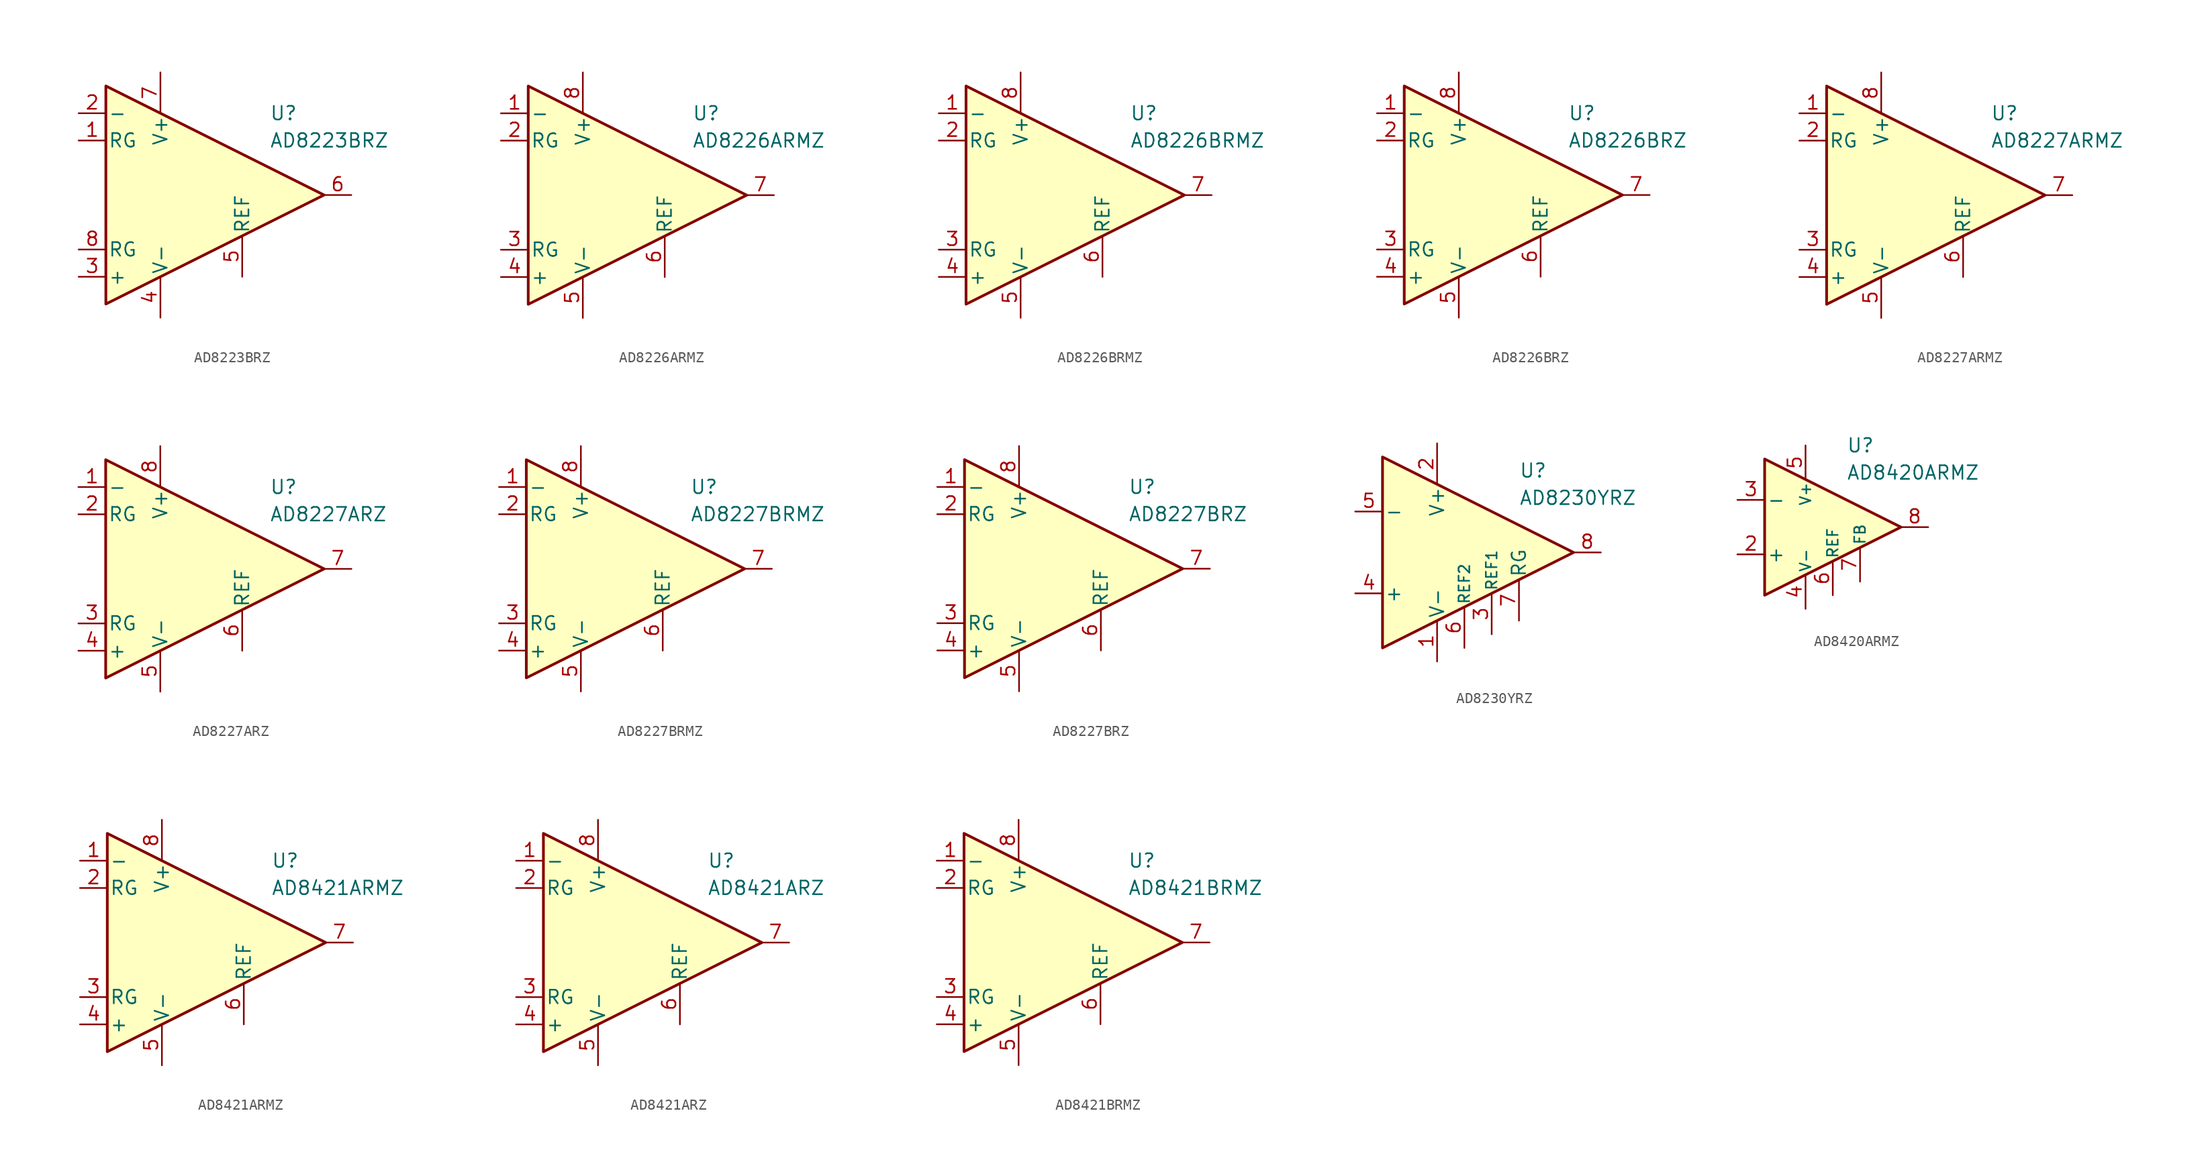
<source format=kicad_sym>
(kicad_symbol_lib
  (version 20211014)
  (generator kicad_symbol_editor)
  (symbol "AD8223BRZ"
    (pin_names
      (offset 0.2))
    (property "Reference" "U"
      (at 6.35 7.62 0)
      (effects (font (size 1.27 1.27)) (justify left)))
    (property "Value" "AD8223BRZ"
      (at 6.35 5.08 0)
      (effects (font (size 1.27 1.27)) (justify left)))
    (symbol "AD8223BRZ_0_1"
      (polyline (pts (xy -8.89 10.16) (xy -8.89 -10.16) (xy 11.43 0) (xy -8.89 10.16)) (stroke (width 0.254) (type default) (color 0 0 0 0)) (fill (type background))))
    (symbol "AD8223BRZ_1_1"
      (pin passive line (at -11.43 5.08 0) (length 2.54) (name "RG" (effects (font (size 1.27 1.27)))) (number "1" (effects (font (size 1.27 1.27)))))
      (pin input line (at -11.43 7.62 0) (length 2.54) (name "-" (effects (font (size 1.27 1.27)))) (number "2" (effects (font (size 1.27 1.27)))))
      (pin input line (at -11.43 -7.62 0) (length 2.54) (name "+" (effects (font (size 1.27 1.27)))) (number "3" (effects (font (size 1.27 1.27)))))
      (pin power_in line (at -3.81 -11.43 90) (length 3.81) (name "V-" (effects (font (size 1.27 1.27)))) (number "4" (effects (font (size 1.27 1.27)))))
      (pin input line (at 3.81 -7.62 90) (length 3.81) (name "REF" (effects (font (size 1.27 1.27)))) (number "5" (effects (font (size 1.27 1.27)))))
      (pin output line (at 13.97 0 180) (length 2.54) (name "~" (effects (font (size 1.27 1.27)))) (number "6" (effects (font (size 1.27 1.27)))))
      (pin power_in line (at -3.81 11.43 270) (length 3.81) (name "V+" (effects (font (size 1.27 1.27)))) (number "7" (effects (font (size 1.27 1.27)))))
      (pin passive line (at -11.43 -5.08 0) (length 2.54) (name "RG" (effects (font (size 1.27 1.27)))) (number "8" (effects (font (size 1.27 1.27)))))))
  (symbol "AD8226ARMZ"
    (pin_names
      (offset 0.2))
    (property "Reference" "U"
      (at 6.35 7.62 0)
      (effects (font (size 1.27 1.27)) (justify left)))
    (property "Value" "AD8226ARMZ"
      (at 6.35 5.08 0)
      (effects (font (size 1.27 1.27)) (justify left)))
    (symbol "AD8226ARMZ_0_1"
      (polyline (pts (xy -8.89 10.16) (xy -8.89 -10.16) (xy 11.43 0) (xy -8.89 10.16)) (stroke (width 0.254) (type default) (color 0 0 0 0)) (fill (type background))))
    (symbol "AD8226ARMZ_1_1"
      (pin input line (at -11.43 7.62 0) (length 2.54) (name "-" (effects (font (size 1.27 1.27)))) (number "1" (effects (font (size 1.27 1.27)))))
      (pin passive line (at -11.43 5.08 0) (length 2.54) (name "RG" (effects (font (size 1.27 1.27)))) (number "2" (effects (font (size 1.27 1.27)))))
      (pin passive line (at -11.43 -5.08 0) (length 2.54) (name "RG" (effects (font (size 1.27 1.27)))) (number "3" (effects (font (size 1.27 1.27)))))
      (pin input line (at -11.43 -7.62 0) (length 2.54) (name "+" (effects (font (size 1.27 1.27)))) (number "4" (effects (font (size 1.27 1.27)))))
      (pin power_in line (at -3.81 -11.43 90) (length 3.81) (name "V-" (effects (font (size 1.27 1.27)))) (number "5" (effects (font (size 1.27 1.27)))))
      (pin input line (at 3.81 -7.62 90) (length 3.81) (name "REF" (effects (font (size 1.27 1.27)))) (number "6" (effects (font (size 1.27 1.27)))))
      (pin output line (at 13.97 0 180) (length 2.54) (name "~" (effects (font (size 1.27 1.27)))) (number "7" (effects (font (size 1.27 1.27)))))
      (pin power_in line (at -3.81 11.43 270) (length 3.81) (name "V+" (effects (font (size 1.27 1.27)))) (number "8" (effects (font (size 1.27 1.27)))))))
  (symbol "AD8226BRMZ"
    (pin_names
      (offset 0.2))
    (property "Reference" "U"
      (at 6.35 7.62 0)
      (effects (font (size 1.27 1.27)) (justify left)))
    (property "Value" "AD8226BRMZ"
      (at 6.35 5.08 0)
      (effects (font (size 1.27 1.27)) (justify left)))
    (symbol "AD8226BRMZ_0_1"
      (polyline (pts (xy -8.89 10.16) (xy -8.89 -10.16) (xy 11.43 0) (xy -8.89 10.16)) (stroke (width 0.254) (type default) (color 0 0 0 0)) (fill (type background))))
    (symbol "AD8226BRMZ_1_1"
      (pin input line (at -11.43 7.62 0) (length 2.54) (name "-" (effects (font (size 1.27 1.27)))) (number "1" (effects (font (size 1.27 1.27)))))
      (pin passive line (at -11.43 5.08 0) (length 2.54) (name "RG" (effects (font (size 1.27 1.27)))) (number "2" (effects (font (size 1.27 1.27)))))
      (pin passive line (at -11.43 -5.08 0) (length 2.54) (name "RG" (effects (font (size 1.27 1.27)))) (number "3" (effects (font (size 1.27 1.27)))))
      (pin input line (at -11.43 -7.62 0) (length 2.54) (name "+" (effects (font (size 1.27 1.27)))) (number "4" (effects (font (size 1.27 1.27)))))
      (pin power_in line (at -3.81 -11.43 90) (length 3.81) (name "V-" (effects (font (size 1.27 1.27)))) (number "5" (effects (font (size 1.27 1.27)))))
      (pin input line (at 3.81 -7.62 90) (length 3.81) (name "REF" (effects (font (size 1.27 1.27)))) (number "6" (effects (font (size 1.27 1.27)))))
      (pin output line (at 13.97 0 180) (length 2.54) (name "~" (effects (font (size 1.27 1.27)))) (number "7" (effects (font (size 1.27 1.27)))))
      (pin power_in line (at -3.81 11.43 270) (length 3.81) (name "V+" (effects (font (size 1.27 1.27)))) (number "8" (effects (font (size 1.27 1.27)))))))
  (symbol "AD8226BRZ"
    (pin_names
      (offset 0.2))
    (property "Reference" "U"
      (at 6.35 7.62 0)
      (effects (font (size 1.27 1.27)) (justify left)))
    (property "Value" "AD8226BRZ"
      (at 6.35 5.08 0)
      (effects (font (size 1.27 1.27)) (justify left)))
    (symbol "AD8226BRZ_0_1"
      (polyline (pts (xy -8.89 10.16) (xy -8.89 -10.16) (xy 11.43 0) (xy -8.89 10.16)) (stroke (width 0.254) (type default) (color 0 0 0 0)) (fill (type background))))
    (symbol "AD8226BRZ_1_1"
      (pin input line (at -11.43 7.62 0) (length 2.54) (name "-" (effects (font (size 1.27 1.27)))) (number "1" (effects (font (size 1.27 1.27)))))
      (pin passive line (at -11.43 5.08 0) (length 2.54) (name "RG" (effects (font (size 1.27 1.27)))) (number "2" (effects (font (size 1.27 1.27)))))
      (pin passive line (at -11.43 -5.08 0) (length 2.54) (name "RG" (effects (font (size 1.27 1.27)))) (number "3" (effects (font (size 1.27 1.27)))))
      (pin input line (at -11.43 -7.62 0) (length 2.54) (name "+" (effects (font (size 1.27 1.27)))) (number "4" (effects (font (size 1.27 1.27)))))
      (pin power_in line (at -3.81 -11.43 90) (length 3.81) (name "V-" (effects (font (size 1.27 1.27)))) (number "5" (effects (font (size 1.27 1.27)))))
      (pin input line (at 3.81 -7.62 90) (length 3.81) (name "REF" (effects (font (size 1.27 1.27)))) (number "6" (effects (font (size 1.27 1.27)))))
      (pin output line (at 13.97 0 180) (length 2.54) (name "~" (effects (font (size 1.27 1.27)))) (number "7" (effects (font (size 1.27 1.27)))))
      (pin power_in line (at -3.81 11.43 270) (length 3.81) (name "V+" (effects (font (size 1.27 1.27)))) (number "8" (effects (font (size 1.27 1.27)))))))
  (symbol "AD8227ARMZ"
    (pin_names
      (offset 0.2))
    (property "Reference" "U"
      (at 6.35 7.62 0)
      (effects (font (size 1.27 1.27)) (justify left)))
    (property "Value" "AD8227ARMZ"
      (at 6.35 5.08 0)
      (effects (font (size 1.27 1.27)) (justify left)))
    (symbol "AD8227ARMZ_0_1"
      (polyline (pts (xy -8.89 10.16) (xy -8.89 -10.16) (xy 11.43 0) (xy -8.89 10.16)) (stroke (width 0.254) (type default) (color 0 0 0 0)) (fill (type background))))
    (symbol "AD8227ARMZ_1_1"
      (pin input line (at -11.43 7.62 0) (length 2.54) (name "-" (effects (font (size 1.27 1.27)))) (number "1" (effects (font (size 1.27 1.27)))))
      (pin passive line (at -11.43 5.08 0) (length 2.54) (name "RG" (effects (font (size 1.27 1.27)))) (number "2" (effects (font (size 1.27 1.27)))))
      (pin passive line (at -11.43 -5.08 0) (length 2.54) (name "RG" (effects (font (size 1.27 1.27)))) (number "3" (effects (font (size 1.27 1.27)))))
      (pin input line (at -11.43 -7.62 0) (length 2.54) (name "+" (effects (font (size 1.27 1.27)))) (number "4" (effects (font (size 1.27 1.27)))))
      (pin power_in line (at -3.81 -11.43 90) (length 3.81) (name "V-" (effects (font (size 1.27 1.27)))) (number "5" (effects (font (size 1.27 1.27)))))
      (pin input line (at 3.81 -7.62 90) (length 3.81) (name "REF" (effects (font (size 1.27 1.27)))) (number "6" (effects (font (size 1.27 1.27)))))
      (pin output line (at 13.97 0 180) (length 2.54) (name "~" (effects (font (size 1.27 1.27)))) (number "7" (effects (font (size 1.27 1.27)))))
      (pin power_in line (at -3.81 11.43 270) (length 3.81) (name "V+" (effects (font (size 1.27 1.27)))) (number "8" (effects (font (size 1.27 1.27)))))))
  (symbol "AD8227ARZ"
    (pin_names
      (offset 0.2))
    (property "Reference" "U"
      (at 6.35 7.62 0)
      (effects (font (size 1.27 1.27)) (justify left)))
    (property "Value" "AD8227ARZ"
      (at 6.35 5.08 0)
      (effects (font (size 1.27 1.27)) (justify left)))
    (symbol "AD8227ARZ_0_1"
      (polyline (pts (xy -8.89 10.16) (xy -8.89 -10.16) (xy 11.43 0) (xy -8.89 10.16)) (stroke (width 0.254) (type default) (color 0 0 0 0)) (fill (type background))))
    (symbol "AD8227ARZ_1_1"
      (pin input line (at -11.43 7.62 0) (length 2.54) (name "-" (effects (font (size 1.27 1.27)))) (number "1" (effects (font (size 1.27 1.27)))))
      (pin passive line (at -11.43 5.08 0) (length 2.54) (name "RG" (effects (font (size 1.27 1.27)))) (number "2" (effects (font (size 1.27 1.27)))))
      (pin passive line (at -11.43 -5.08 0) (length 2.54) (name "RG" (effects (font (size 1.27 1.27)))) (number "3" (effects (font (size 1.27 1.27)))))
      (pin input line (at -11.43 -7.62 0) (length 2.54) (name "+" (effects (font (size 1.27 1.27)))) (number "4" (effects (font (size 1.27 1.27)))))
      (pin power_in line (at -3.81 -11.43 90) (length 3.81) (name "V-" (effects (font (size 1.27 1.27)))) (number "5" (effects (font (size 1.27 1.27)))))
      (pin input line (at 3.81 -7.62 90) (length 3.81) (name "REF" (effects (font (size 1.27 1.27)))) (number "6" (effects (font (size 1.27 1.27)))))
      (pin output line (at 13.97 0 180) (length 2.54) (name "~" (effects (font (size 1.27 1.27)))) (number "7" (effects (font (size 1.27 1.27)))))
      (pin power_in line (at -3.81 11.43 270) (length 3.81) (name "V+" (effects (font (size 1.27 1.27)))) (number "8" (effects (font (size 1.27 1.27)))))))
  (symbol "AD8227BRMZ"
    (pin_names
      (offset 0.2))
    (property "Reference" "U"
      (at 6.35 7.62 0)
      (effects (font (size 1.27 1.27)) (justify left)))
    (property "Value" "AD8227BRMZ"
      (at 6.35 5.08 0)
      (effects (font (size 1.27 1.27)) (justify left)))
    (symbol "AD8227BRMZ_0_1"
      (polyline (pts (xy -8.89 10.16) (xy -8.89 -10.16) (xy 11.43 0) (xy -8.89 10.16)) (stroke (width 0.254) (type default) (color 0 0 0 0)) (fill (type background))))
    (symbol "AD8227BRMZ_1_1"
      (pin input line (at -11.43 7.62 0) (length 2.54) (name "-" (effects (font (size 1.27 1.27)))) (number "1" (effects (font (size 1.27 1.27)))))
      (pin passive line (at -11.43 5.08 0) (length 2.54) (name "RG" (effects (font (size 1.27 1.27)))) (number "2" (effects (font (size 1.27 1.27)))))
      (pin passive line (at -11.43 -5.08 0) (length 2.54) (name "RG" (effects (font (size 1.27 1.27)))) (number "3" (effects (font (size 1.27 1.27)))))
      (pin input line (at -11.43 -7.62 0) (length 2.54) (name "+" (effects (font (size 1.27 1.27)))) (number "4" (effects (font (size 1.27 1.27)))))
      (pin power_in line (at -3.81 -11.43 90) (length 3.81) (name "V-" (effects (font (size 1.27 1.27)))) (number "5" (effects (font (size 1.27 1.27)))))
      (pin input line (at 3.81 -7.62 90) (length 3.81) (name "REF" (effects (font (size 1.27 1.27)))) (number "6" (effects (font (size 1.27 1.27)))))
      (pin output line (at 13.97 0 180) (length 2.54) (name "~" (effects (font (size 1.27 1.27)))) (number "7" (effects (font (size 1.27 1.27)))))
      (pin power_in line (at -3.81 11.43 270) (length 3.81) (name "V+" (effects (font (size 1.27 1.27)))) (number "8" (effects (font (size 1.27 1.27)))))))
  (symbol "AD8227BRZ"
    (pin_names
      (offset 0.2))
    (property "Reference" "U"
      (at 6.35 7.62 0)
      (effects (font (size 1.27 1.27)) (justify left)))
    (property "Value" "AD8227BRZ"
      (at 6.35 5.08 0)
      (effects (font (size 1.27 1.27)) (justify left)))
    (symbol "AD8227BRZ_0_1"
      (polyline (pts (xy -8.89 10.16) (xy -8.89 -10.16) (xy 11.43 0) (xy -8.89 10.16)) (stroke (width 0.254) (type default) (color 0 0 0 0)) (fill (type background))))
    (symbol "AD8227BRZ_1_1"
      (pin input line (at -11.43 7.62 0) (length 2.54) (name "-" (effects (font (size 1.27 1.27)))) (number "1" (effects (font (size 1.27 1.27)))))
      (pin passive line (at -11.43 5.08 0) (length 2.54) (name "RG" (effects (font (size 1.27 1.27)))) (number "2" (effects (font (size 1.27 1.27)))))
      (pin passive line (at -11.43 -5.08 0) (length 2.54) (name "RG" (effects (font (size 1.27 1.27)))) (number "3" (effects (font (size 1.27 1.27)))))
      (pin input line (at -11.43 -7.62 0) (length 2.54) (name "+" (effects (font (size 1.27 1.27)))) (number "4" (effects (font (size 1.27 1.27)))))
      (pin power_in line (at -3.81 -11.43 90) (length 3.81) (name "V-" (effects (font (size 1.27 1.27)))) (number "5" (effects (font (size 1.27 1.27)))))
      (pin input line (at 3.81 -7.62 90) (length 3.81) (name "REF" (effects (font (size 1.27 1.27)))) (number "6" (effects (font (size 1.27 1.27)))))
      (pin output line (at 13.97 0 180) (length 2.54) (name "~" (effects (font (size 1.27 1.27)))) (number "7" (effects (font (size 1.27 1.27)))))
      (pin power_in line (at -3.81 11.43 270) (length 3.81) (name "V+" (effects (font (size 1.27 1.27)))) (number "8" (effects (font (size 1.27 1.27)))))))
  (symbol "AD8230YRZ"
    (pin_names
      (offset 0.2))
    (property "Reference" "U"
      (at 6.35 7.62 0)
      (effects (font (size 1.27 1.27)) (justify left)))
    (property "Value" "AD8230YRZ"
      (at 6.35 5.08 0)
      (effects (font (size 1.27 1.27)) (justify left)))
    (symbol "AD8230YRZ_0_1"
      (polyline (pts (xy -6.35 8.89) (xy -6.35 -8.89) (xy 11.43 0) (xy -6.35 8.89)) (stroke (width 0.254) (type default) (color 0 0 0 0)) (fill (type background))))
    (symbol "AD8230YRZ_1_1"
      (pin power_in line (at -1.27 -10.16 90) (length 3.81) (name "V-" (effects (font (size 1.27 1.27)))) (number "1" (effects (font (size 1.27 1.27)))))
      (pin power_in line (at -1.27 10.16 270) (length 3.81) (name "V+" (effects (font (size 1.27 1.27)))) (number "2" (effects (font (size 1.27 1.27)))))
      (pin input line (at 3.81 -7.62 90) (length 3.81) (name "REF1" (effects (font (size 1 1)))) (number "3" (effects (font (size 1.27 1.27)))))
      (pin input line (at -8.89 -3.81 0) (length 2.54) (name "+" (effects (font (size 1.27 1.27)))) (number "4" (effects (font (size 1.27 1.27)))))
      (pin input line (at -8.89 3.81 0) (length 2.54) (name "-" (effects (font (size 1.27 1.27)))) (number "5" (effects (font (size 1.27 1.27)))))
      (pin input line (at 1.27 -8.89 90) (length 3.81) (name "REF2" (effects (font (size 1 1)))) (number "6" (effects (font (size 1.27 1.27)))))
      (pin passive line (at 6.35 -6.35 90) (length 3.81) (name "RG" (effects (font (size 1.27 1.27)))) (number "7" (effects (font (size 1.27 1.27)))))
      (pin output line (at 13.97 0 180) (length 2.54) (name "~" (effects (font (size 1.27 1.27)))) (number "8" (effects (font (size 1.27 1.27)))))))
  (symbol "AD8420ARMZ"
    (pin_names
      (offset 0.2))
    (property "Reference" "U"
      (at 6.35 7.62 0)
      (effects (font (size 1.27 1.27)) (justify left)))
    (property "Value" "AD8420ARMZ"
      (at 6.35 5.08 0)
      (effects (font (size 1.27 1.27)) (justify left)))
    (symbol "AD8420ARMZ_0_1"
      (polyline (pts (xy -1.27 6.35) (xy -1.27 -6.35) (xy 11.43 0) (xy -1.27 6.35)) (stroke (width 0.254) (type default) (color 0 0 0 0)) (fill (type background))))
    (symbol "AD8420ARMZ_1_1"
      (pin no_connect line (at 1.27 0 0) (length 2.54) hide (name "NC" (effects (font (size 1.27 1.27)))) (number "1" (effects (font (size 1.27 1.27)))))
      (pin input line (at -3.81 -2.54 0) (length 2.54) (name "+" (effects (font (size 1.27 1.27)))) (number "2" (effects (font (size 1.27 1.27)))))
      (pin input line (at -3.81 2.54 0) (length 2.54) (name "-" (effects (font (size 1.27 1.27)))) (number "3" (effects (font (size 1.27 1.27)))))
      (pin power_in line (at 2.54 -7.62 90) (length 3.18) (name "V-" (effects (font (size 1 1)))) (number "4" (effects (font (size 1.27 1.27)))))
      (pin power_in line (at 2.54 7.62 270) (length 3.18) (name "V+" (effects (font (size 1 1)))) (number "5" (effects (font (size 1.27 1.27)))))
      (pin input line (at 5.08 -6.35 90) (length 3.18) (name "REF" (effects (font (size 1 1)))) (number "6" (effects (font (size 1.27 1.27)))))
      (pin input line (at 7.62 -5.08 90) (length 3.18) (name "FB" (effects (font (size 1 1)))) (number "7" (effects (font (size 1.27 1.27)))))
      (pin output line (at 13.97 0 180) (length 2.54) (name "~" (effects (font (size 1.27 1.27)))) (number "8" (effects (font (size 1.27 1.27)))))))
  (symbol "AD8421ARMZ"
    (pin_names
      (offset 0.2))
    (property "Reference" "U"
      (at 6.35 7.62 0)
      (effects (font (size 1.27 1.27)) (justify left)))
    (property "Value" "AD8421ARMZ"
      (at 6.35 5.08 0)
      (effects (font (size 1.27 1.27)) (justify left)))
    (symbol "AD8421ARMZ_0_1"
      (polyline (pts (xy -8.89 10.16) (xy -8.89 -10.16) (xy 11.43 0) (xy -8.89 10.16)) (stroke (width 0.254) (type default) (color 0 0 0 0)) (fill (type background))))
    (symbol "AD8421ARMZ_1_1"
      (pin input line (at -11.43 7.62 0) (length 2.54) (name "-" (effects (font (size 1.27 1.27)))) (number "1" (effects (font (size 1.27 1.27)))))
      (pin passive line (at -11.43 5.08 0) (length 2.54) (name "RG" (effects (font (size 1.27 1.27)))) (number "2" (effects (font (size 1.27 1.27)))))
      (pin passive line (at -11.43 -5.08 0) (length 2.54) (name "RG" (effects (font (size 1.27 1.27)))) (number "3" (effects (font (size 1.27 1.27)))))
      (pin input line (at -11.43 -7.62 0) (length 2.54) (name "+" (effects (font (size 1.27 1.27)))) (number "4" (effects (font (size 1.27 1.27)))))
      (pin power_in line (at -3.81 -11.43 90) (length 3.81) (name "V-" (effects (font (size 1.27 1.27)))) (number "5" (effects (font (size 1.27 1.27)))))
      (pin input line (at 3.81 -7.62 90) (length 3.81) (name "REF" (effects (font (size 1.27 1.27)))) (number "6" (effects (font (size 1.27 1.27)))))
      (pin output line (at 13.97 0 180) (length 2.54) (name "~" (effects (font (size 1.27 1.27)))) (number "7" (effects (font (size 1.27 1.27)))))
      (pin power_in line (at -3.81 11.43 270) (length 3.81) (name "V+" (effects (font (size 1.27 1.27)))) (number "8" (effects (font (size 1.27 1.27)))))))
  (symbol "AD8421ARZ"
    (pin_names
      (offset 0.2))
    (property "Reference" "U"
      (at 6.35 7.62 0)
      (effects (font (size 1.27 1.27)) (justify left)))
    (property "Value" "AD8421ARZ"
      (at 6.35 5.08 0)
      (effects (font (size 1.27 1.27)) (justify left)))
    (symbol "AD8421ARZ_0_1"
      (polyline (pts (xy -8.89 10.16) (xy -8.89 -10.16) (xy 11.43 0) (xy -8.89 10.16)) (stroke (width 0.254) (type default) (color 0 0 0 0)) (fill (type background))))
    (symbol "AD8421ARZ_1_1"
      (pin input line (at -11.43 7.62 0) (length 2.54) (name "-" (effects (font (size 1.27 1.27)))) (number "1" (effects (font (size 1.27 1.27)))))
      (pin passive line (at -11.43 5.08 0) (length 2.54) (name "RG" (effects (font (size 1.27 1.27)))) (number "2" (effects (font (size 1.27 1.27)))))
      (pin passive line (at -11.43 -5.08 0) (length 2.54) (name "RG" (effects (font (size 1.27 1.27)))) (number "3" (effects (font (size 1.27 1.27)))))
      (pin input line (at -11.43 -7.62 0) (length 2.54) (name "+" (effects (font (size 1.27 1.27)))) (number "4" (effects (font (size 1.27 1.27)))))
      (pin power_in line (at -3.81 -11.43 90) (length 3.81) (name "V-" (effects (font (size 1.27 1.27)))) (number "5" (effects (font (size 1.27 1.27)))))
      (pin input line (at 3.81 -7.62 90) (length 3.81) (name "REF" (effects (font (size 1.27 1.27)))) (number "6" (effects (font (size 1.27 1.27)))))
      (pin output line (at 13.97 0 180) (length 2.54) (name "~" (effects (font (size 1.27 1.27)))) (number "7" (effects (font (size 1.27 1.27)))))
      (pin power_in line (at -3.81 11.43 270) (length 3.81) (name "V+" (effects (font (size 1.27 1.27)))) (number "8" (effects (font (size 1.27 1.27)))))))
  (symbol "AD8421BRMZ"
    (pin_names
      (offset 0.2))
    (property "Reference" "U"
      (at 6.35 7.62 0)
      (effects (font (size 1.27 1.27)) (justify left)))
    (property "Value" "AD8421BRMZ"
      (at 6.35 5.08 0)
      (effects (font (size 1.27 1.27)) (justify left)))
    (symbol "AD8421BRMZ_0_1"
      (polyline (pts (xy -8.89 10.16) (xy -8.89 -10.16) (xy 11.43 0) (xy -8.89 10.16)) (stroke (width 0.254) (type default) (color 0 0 0 0)) (fill (type background))))
    (symbol "AD8421BRMZ_1_1"
      (pin input line (at -11.43 7.62 0) (length 2.54) (name "-" (effects (font (size 1.27 1.27)))) (number "1" (effects (font (size 1.27 1.27)))))
      (pin passive line (at -11.43 5.08 0) (length 2.54) (name "RG" (effects (font (size 1.27 1.27)))) (number "2" (effects (font (size 1.27 1.27)))))
      (pin passive line (at -11.43 -5.08 0) (length 2.54) (name "RG" (effects (font (size 1.27 1.27)))) (number "3" (effects (font (size 1.27 1.27)))))
      (pin input line (at -11.43 -7.62 0) (length 2.54) (name "+" (effects (font (size 1.27 1.27)))) (number "4" (effects (font (size 1.27 1.27)))))
      (pin power_in line (at -3.81 -11.43 90) (length 3.81) (name "V-" (effects (font (size 1.27 1.27)))) (number "5" (effects (font (size 1.27 1.27)))))
      (pin input line (at 3.81 -7.62 90) (length 3.81) (name "REF" (effects (font (size 1.27 1.27)))) (number "6" (effects (font (size 1.27 1.27)))))
      (pin output line (at 13.97 0 180) (length 2.54) (name "~" (effects (font (size 1.27 1.27)))) (number "7" (effects (font (size 1.27 1.27)))))
      (pin power_in line (at -3.81 11.43 270) (length 3.81) (name "V+" (effects (font (size 1.27 1.27)))) (number "8" (effects (font (size 1.27 1.27))))))))
</source>
